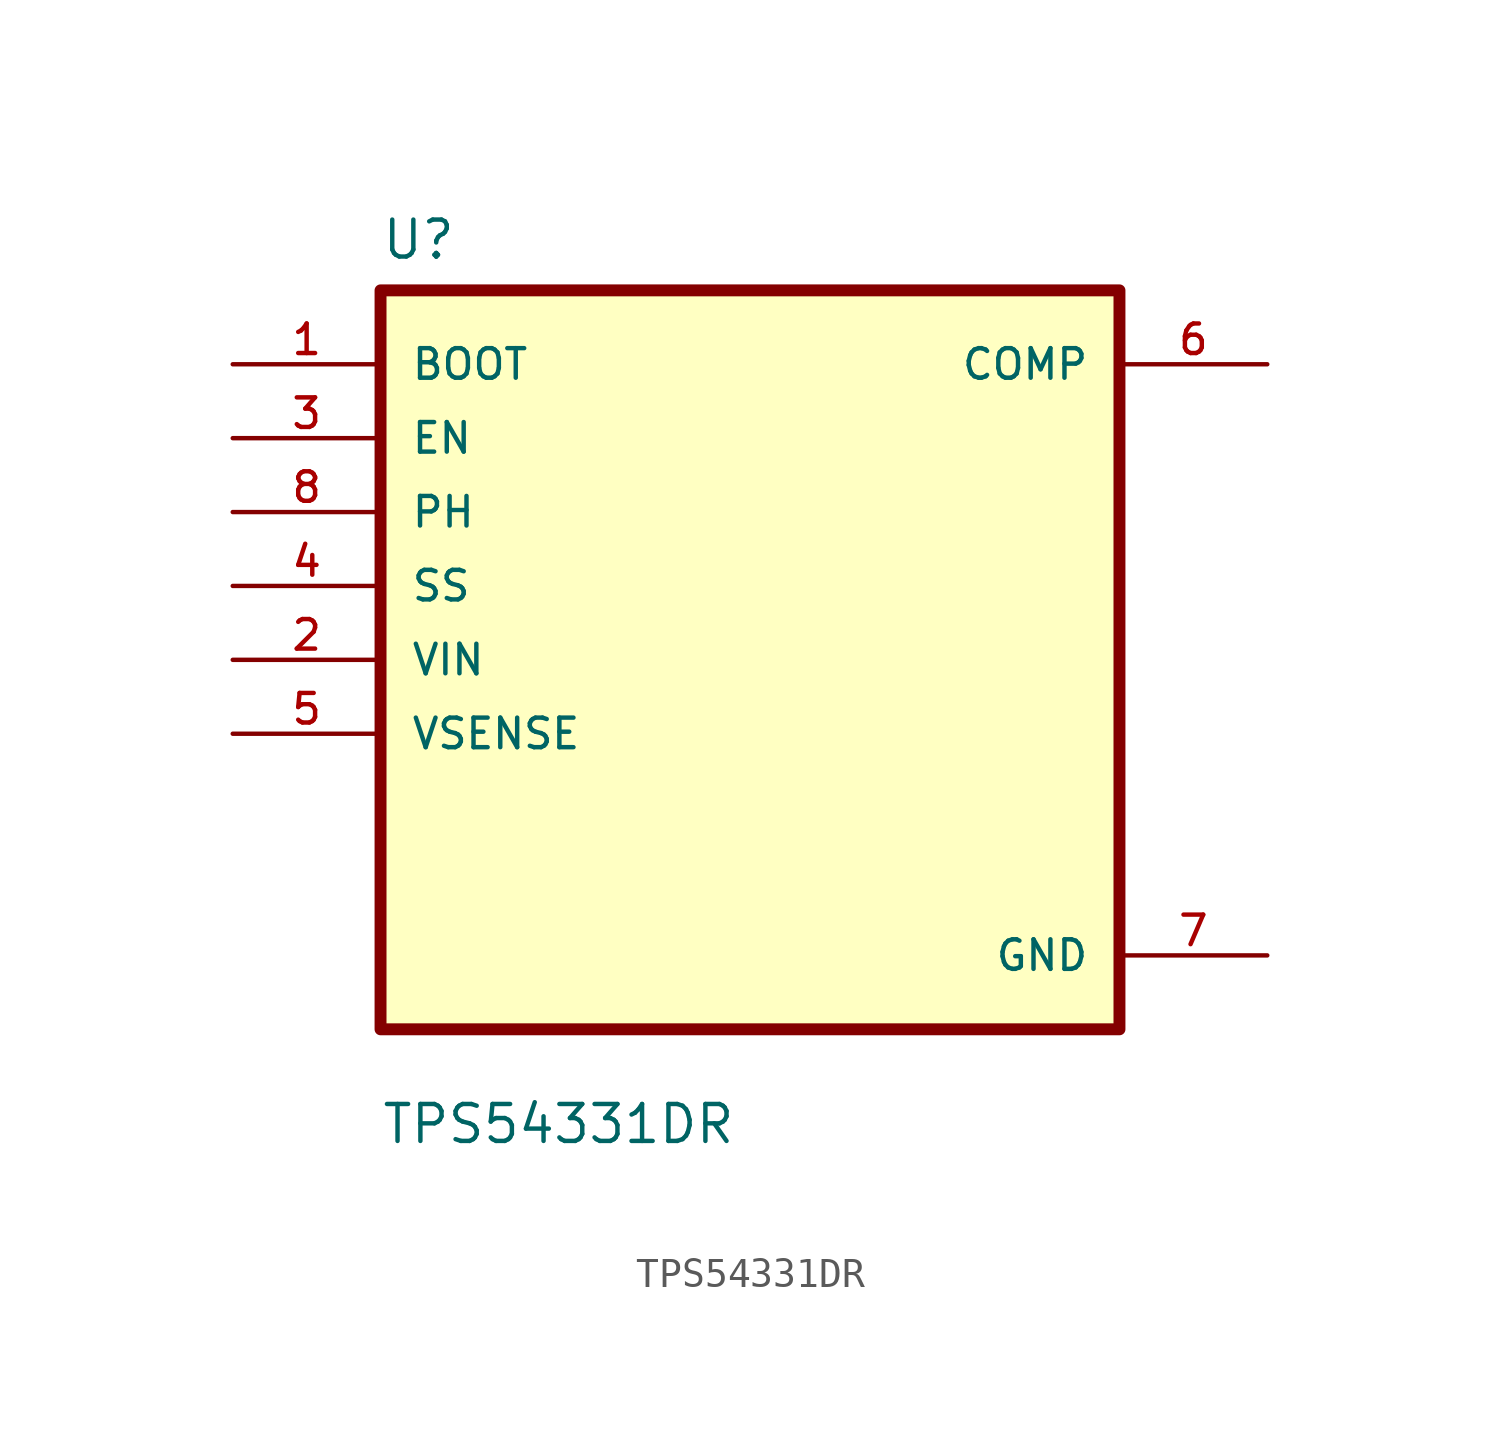
<source format=kicad_sym>
(kicad_symbol_lib
  (version 20241209)
  (generator "kicad_symbol_editor")
  (generator_version "9.0")
  (symbol "TPS54331DR"
    (pin_names
      (offset 1.016))
    (property "Reference" "U"
      (at -12.7 13.7 0)
      (effects (font (size 1.27 1.27)) (justify left bottom)))
    (property "Value" "TPS54331DR"
      (at -12.7 -16.7 0)
      (effects (font (size 1.27 1.27)) (justify left bottom)))
    (symbol "TPS54331DR_0_0"
      (rectangle (start -12.7 -12.7) (end 12.7 12.7) (stroke (width 0.41) (type default)) (fill (type background)))
      (pin input line (at -17.78 10.16 0) (length 5.08) (name "BOOT" (effects (font (size 1.016 1.016)))) (number "1" (effects (font (size 1.016 1.016)))))
      (pin input line (at -17.78 7.62 0) (length 5.08) (name "EN" (effects (font (size 1.016 1.016)))) (number "3" (effects (font (size 1.016 1.016)))))
      (pin input line (at -17.78 5.08 0) (length 5.08) (name "PH" (effects (font (size 1.016 1.016)))) (number "8" (effects (font (size 1.016 1.016)))))
      (pin input line (at -17.78 2.54 0) (length 5.08) (name "SS" (effects (font (size 1.016 1.016)))) (number "4" (effects (font (size 1.016 1.016)))))
      (pin input line (at -17.78 0 0) (length 5.08) (name "VIN" (effects (font (size 1.016 1.016)))) (number "2" (effects (font (size 1.016 1.016)))))
      (pin input line (at -17.78 -2.54 0) (length 5.08) (name "VSENSE" (effects (font (size 1.016 1.016)))) (number "5" (effects (font (size 1.016 1.016)))))
      (pin power_in line (at 17.78 -10.16 180) (length 5.08) (name "GND" (effects (font (size 1.016 1.016)))) (number "7" (effects (font (size 1.016 1.016))))))
    (symbol "TPS54331DR_1_0"
      (pin passive line (at 17.78 10.16 180) (length 5.08) (name "COMP" (effects (font (size 1.016 1.016)))) (number "6" (effects (font (size 1.016 1.016))))))))
</source>
